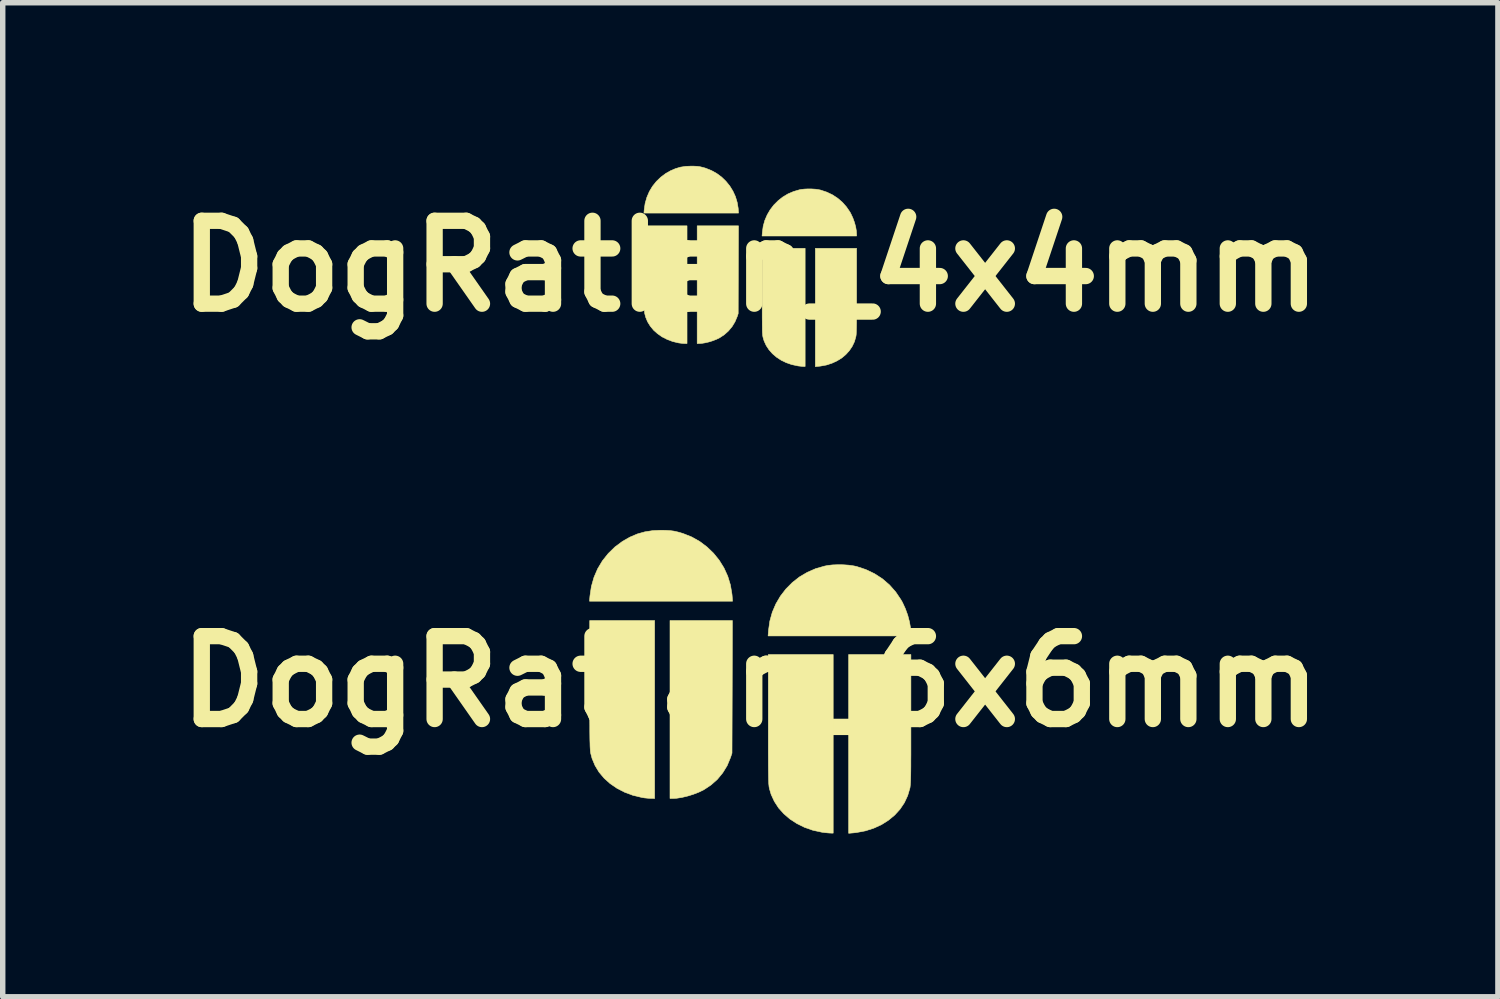
<source format=kicad_pcb>
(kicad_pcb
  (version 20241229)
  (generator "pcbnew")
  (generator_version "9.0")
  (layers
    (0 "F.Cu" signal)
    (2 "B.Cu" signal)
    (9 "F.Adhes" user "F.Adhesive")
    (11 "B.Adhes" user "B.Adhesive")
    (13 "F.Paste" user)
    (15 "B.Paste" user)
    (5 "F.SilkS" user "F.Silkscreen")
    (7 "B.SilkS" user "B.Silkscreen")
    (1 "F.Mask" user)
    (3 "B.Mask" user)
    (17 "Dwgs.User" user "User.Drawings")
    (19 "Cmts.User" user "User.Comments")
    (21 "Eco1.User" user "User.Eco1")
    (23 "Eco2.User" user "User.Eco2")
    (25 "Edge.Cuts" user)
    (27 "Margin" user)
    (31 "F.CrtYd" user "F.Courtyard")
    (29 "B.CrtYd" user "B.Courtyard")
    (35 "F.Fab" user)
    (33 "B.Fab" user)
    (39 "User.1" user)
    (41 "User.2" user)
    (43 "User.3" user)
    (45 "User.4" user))
  (footprint "DogRatIan_6x6mm"
    (layer "F.Cu")
    (at 10.748 9.483)
    (property "Reference" "DogRatIan_6x6mm" (at 0 0 0) (layer "F.SilkS") (effects (font (size 1.524 1.524) (thickness 0.3))))
    (attr through_hole)
    (fp_poly (pts (xy -0.333 0.097) (xy -0.337 1.317) (xy -0.365 1.4) (xy -0.426 1.547) (xy -0.508 1.68) (xy -0.607 1.8) (xy -0.725 1.904) (xy -0.858 1.992) (xy -0.947 2.035) (xy -1.048 2.074) (xy -1.155 2.107) (xy -1.26 2.132) (xy -1.358 2.147) (xy -1.419 2.15) (xy -1.477 2.15) (xy -1.477 -1.122) (xy -0.33 -1.122) (xy -0.333 0.097)) (stroke (width 0.01) (type solid)) (fill yes) (layer "F.SilkS"))
    (fp_poly (pts (xy 2.953 0.686) (xy 2.953 0.882) (xy 2.953 1.057) (xy 2.953 1.21) (xy 2.953 1.345) (xy 2.952 1.461) (xy 2.952 1.561) (xy 2.951 1.646) (xy 2.95 1.717) (xy 2.948 1.777) (xy 2.947 1.826) (xy 2.945 1.865) (xy 2.943 1.897) (xy 2.94 1.922) (xy 2.938 1.943) (xy 2.935 1.959) (xy 2.894 2.098) (xy 2.833 2.229) (xy 2.753 2.348) (xy 2.655 2.456) (xy 2.54 2.551) (xy 2.412 2.632) (xy 2.27 2.697) (xy 2.117 2.746) (xy 1.953 2.777) (xy 1.899 2.783) (xy 1.808 2.791) (xy 1.808 -0.496) (xy 2.953 -0.496) (xy 2.953 0.686)) (stroke (width 0.01) (type solid)) (fill yes) (layer "F.SilkS"))
    (fp_poly (pts (xy -1.76 2.15) (xy -1.834 2.149) (xy -1.886 2.146) (xy -1.946 2.14) (xy -1.994 2.132) (xy -2.158 2.093) (xy -2.311 2.036) (xy -2.451 1.964) (xy -2.577 1.878) (xy -2.687 1.779) (xy -2.781 1.668) (xy -2.855 1.546) (xy -2.91 1.415) (xy -2.935 1.321) (xy -2.938 1.303) (xy -2.941 1.282) (xy -2.943 1.256) (xy -2.945 1.224) (xy -2.947 1.184) (xy -2.948 1.134) (xy -2.95 1.074) (xy -2.951 1.001) (xy -2.952 0.915) (xy -2.952 0.813) (xy -2.953 0.695) (xy -2.953 0.559) (xy -2.953 0.403) (xy -2.953 0.227) (xy -2.953 0.054) (xy -2.953 -1.122) (xy -1.76 -1.122) (xy -1.76 2.15)) (stroke (width 0.01) (type solid)) (fill yes) (layer "F.SilkS"))
    (fp_poly (pts (xy -1.55 -2.78) (xy -1.473 -2.775) (xy -1.404 -2.766) (xy -1.334 -2.75) (xy -1.257 -2.728) (xy -1.235 -2.721) (xy -1.077 -2.658) (xy -0.931 -2.576) (xy -0.797 -2.475) (xy -0.677 -2.36) (xy -0.572 -2.23) (xy -0.484 -2.088) (xy -0.415 -1.936) (xy -0.366 -1.776) (xy -0.338 -1.61) (xy -0.335 -1.583) (xy -0.327 -1.477) (xy -2.957 -1.477) (xy -2.949 -1.572) (xy -2.923 -1.748) (xy -2.875 -1.916) (xy -2.807 -2.074) (xy -2.719 -2.221) (xy -2.612 -2.355) (xy -2.489 -2.475) (xy -2.349 -2.579) (xy -2.215 -2.655) (xy -2.08 -2.713) (xy -1.942 -2.752) (xy -1.795 -2.775) (xy -1.642 -2.782) (xy -1.55 -2.78)) (stroke (width 0.01) (type solid)) (fill yes) (layer "F.SilkS"))
    (fp_poly (pts (xy 1.709 -2.147) (xy 1.81 -2.14) (xy 1.9 -2.127) (xy 1.953 -2.116) (xy 2.125 -2.059) (xy 2.284 -1.983) (xy 2.429 -1.889) (xy 2.559 -1.777) (xy 2.673 -1.648) (xy 2.77 -1.504) (xy 2.799 -1.453) (xy 2.851 -1.34) (xy 2.895 -1.219) (xy 2.927 -1.097) (xy 2.947 -0.981) (xy 2.953 -0.889) (xy 2.953 -0.839) (xy 0.327 -0.839) (xy 0.335 -0.942) (xy 0.359 -1.112) (xy 0.404 -1.274) (xy 0.47 -1.428) (xy 0.554 -1.571) (xy 0.655 -1.702) (xy 0.772 -1.82) (xy 0.903 -1.923) (xy 1.047 -2.008) (xy 1.202 -2.076) (xy 1.367 -2.123) (xy 1.422 -2.134) (xy 1.507 -2.144) (xy 1.605 -2.148) (xy 1.709 -2.147)) (stroke (width 0.01) (type solid)) (fill yes) (layer "F.SilkS"))
    (fp_poly (pts (xy 1.524 2.788) (xy 1.468 2.787) (xy 1.429 2.784) (xy 1.377 2.779) (xy 1.322 2.772) (xy 1.311 2.77) (xy 1.15 2.735) (xy 0.998 2.682) (xy 0.858 2.613) (xy 0.73 2.53) (xy 0.617 2.433) (xy 0.52 2.325) (xy 0.442 2.205) (xy 0.383 2.077) (xy 0.355 1.983) (xy 0.351 1.966) (xy 0.347 1.949) (xy 0.344 1.93) (xy 0.342 1.908) (xy 0.339 1.881) (xy 0.338 1.847) (xy 0.336 1.806) (xy 0.335 1.756) (xy 0.334 1.695) (xy 0.333 1.621) (xy 0.332 1.534) (xy 0.332 1.432) (xy 0.331 1.313) (xy 0.331 1.177) (xy 0.331 1.02) (xy 0.331 0.843) (xy 0.331 0.694) (xy 0.331 -0.496) (xy 1.524 -0.496) (xy 1.524 2.788)) (stroke (width 0.01) (type solid)) (fill yes) (layer "F.SilkS")))
  (footprint "DogRatIan_4x4mm"
    (layer "F.Cu")
    (at 10.748 1.845)
    (property "Reference" "DogRatIan_4x4mm" (at 0 0 0) (layer "F.SilkS") (effects (font (size 1.524 1.524) (thickness 0.3))))
    (attr through_hole)
    (fp_poly (pts (xy -0.221 0.064) (xy -0.223 0.871) (xy -0.241 0.926) (xy -0.282 1.023) (xy -0.336 1.112) (xy -0.402 1.191) (xy -0.479 1.26) (xy -0.567 1.318) (xy -0.626 1.346) (xy -0.693 1.372) (xy -0.764 1.394) (xy -0.834 1.41) (xy -0.898 1.42) (xy -0.939 1.422) (xy -0.977 1.422) (xy -0.977 -0.742) (xy -0.218 -0.742) (xy -0.221 0.064)) (stroke (width 0.01) (type solid)) (fill yes) (layer "F.SilkS"))
    (fp_poly (pts (xy 1.954 0.454) (xy 1.954 0.584) (xy 1.954 0.699) (xy 1.954 0.801) (xy 1.953 0.889) (xy 1.953 0.966) (xy 1.953 1.033) (xy 1.952 1.089) (xy 1.951 1.136) (xy 1.95 1.175) (xy 1.949 1.208) (xy 1.948 1.234) (xy 1.947 1.255) (xy 1.945 1.272) (xy 1.943 1.285) (xy 1.941 1.296) (xy 1.915 1.388) (xy 1.874 1.474) (xy 1.821 1.553) (xy 1.756 1.625) (xy 1.681 1.688) (xy 1.595 1.741) (xy 1.502 1.784) (xy 1.4 1.817) (xy 1.292 1.837) (xy 1.256 1.841) (xy 1.196 1.847) (xy 1.196 -0.328) (xy 1.954 -0.328) (xy 1.954 0.454)) (stroke (width 0.01) (type solid)) (fill yes) (layer "F.SilkS"))
    (fp_poly (pts (xy -1.164 1.422) (xy -1.213 1.422) (xy -1.248 1.42) (xy -1.288 1.415) (xy -1.319 1.411) (xy -1.428 1.385) (xy -1.529 1.347) (xy -1.622 1.3) (xy -1.705 1.242) (xy -1.778 1.177) (xy -1.839 1.103) (xy -1.889 1.023) (xy -1.925 0.936) (xy -1.941 0.874) (xy -1.943 0.862) (xy -1.945 0.848) (xy -1.947 0.831) (xy -1.948 0.81) (xy -1.95 0.783) (xy -1.951 0.75) (xy -1.951 0.71) (xy -1.952 0.662) (xy -1.953 0.605) (xy -1.953 0.538) (xy -1.953 0.46) (xy -1.954 0.37) (xy -1.954 0.267) (xy -1.954 0.15) (xy -1.954 0.035) (xy -1.954 -0.742) (xy -1.164 -0.742) (xy -1.164 1.422)) (stroke (width 0.01) (type solid)) (fill yes) (layer "F.SilkS"))
    (fp_poly (pts (xy -1.025 -1.839) (xy -0.974 -1.836) (xy -0.929 -1.83) (xy -0.883 -1.819) (xy -0.831 -1.805) (xy -0.817 -1.8) (xy -0.713 -1.758) (xy -0.616 -1.704) (xy -0.527 -1.638) (xy -0.448 -1.561) (xy -0.378 -1.475) (xy -0.32 -1.381) (xy -0.274 -1.281) (xy -0.242 -1.175) (xy -0.223 -1.065) (xy -0.222 -1.047) (xy -0.217 -0.977) (xy -1.956 -0.977) (xy -1.951 -1.04) (xy -1.934 -1.156) (xy -1.902 -1.267) (xy -1.857 -1.372) (xy -1.799 -1.469) (xy -1.728 -1.558) (xy -1.646 -1.637) (xy -1.554 -1.706) (xy -1.465 -1.756) (xy -1.376 -1.794) (xy -1.285 -1.821) (xy -1.187 -1.836) (xy -1.086 -1.84) (xy -1.025 -1.839)) (stroke (width 0.01) (type solid)) (fill yes) (layer "F.SilkS"))
    (fp_poly (pts (xy 1.13 -1.42) (xy 1.197 -1.416) (xy 1.257 -1.407) (xy 1.292 -1.4) (xy 1.406 -1.362) (xy 1.511 -1.312) (xy 1.607 -1.249) (xy 1.693 -1.175) (xy 1.768 -1.09) (xy 1.833 -0.995) (xy 1.851 -0.961) (xy 1.886 -0.886) (xy 1.915 -0.806) (xy 1.937 -0.726) (xy 1.95 -0.649) (xy 1.954 -0.588) (xy 1.954 -0.555) (xy 0.216 -0.555) (xy 0.222 -0.623) (xy 0.237 -0.736) (xy 0.267 -0.843) (xy 0.311 -0.945) (xy 0.366 -1.039) (xy 0.433 -1.126) (xy 0.511 -1.204) (xy 0.597 -1.272) (xy 0.692 -1.329) (xy 0.795 -1.373) (xy 0.904 -1.405) (xy 0.94 -1.412) (xy 0.997 -1.418) (xy 1.062 -1.421) (xy 1.13 -1.42)) (stroke (width 0.01) (type solid)) (fill yes) (layer "F.SilkS"))
    (fp_poly (pts (xy 1.008 1.844) (xy 0.971 1.844) (xy 0.945 1.842) (xy 0.911 1.838) (xy 0.874 1.834) (xy 0.868 1.832) (xy 0.761 1.809) (xy 0.66 1.774) (xy 0.567 1.729) (xy 0.483 1.674) (xy 0.408 1.61) (xy 0.344 1.538) (xy 0.292 1.459) (xy 0.253 1.374) (xy 0.235 1.312) (xy 0.232 1.301) (xy 0.23 1.289) (xy 0.228 1.277) (xy 0.226 1.262) (xy 0.225 1.244) (xy 0.223 1.222) (xy 0.222 1.195) (xy 0.221 1.161) (xy 0.221 1.121) (xy 0.22 1.072) (xy 0.22 1.015) (xy 0.219 0.947) (xy 0.219 0.869) (xy 0.219 0.778) (xy 0.219 0.675) (xy 0.219 0.558) (xy 0.219 0.459) (xy 0.219 -0.328) (xy 1.008 -0.328) (xy 1.008 1.844)) (stroke (width 0.01) (type solid)) (fill yes) (layer "F.SilkS")))
  (gr_rect
    (start -3 -3)
    (end 24.496 15.28)
    (stroke (width 0.1) (type default))
    (fill no)
    (layer "Edge.Cuts")))
</source>
